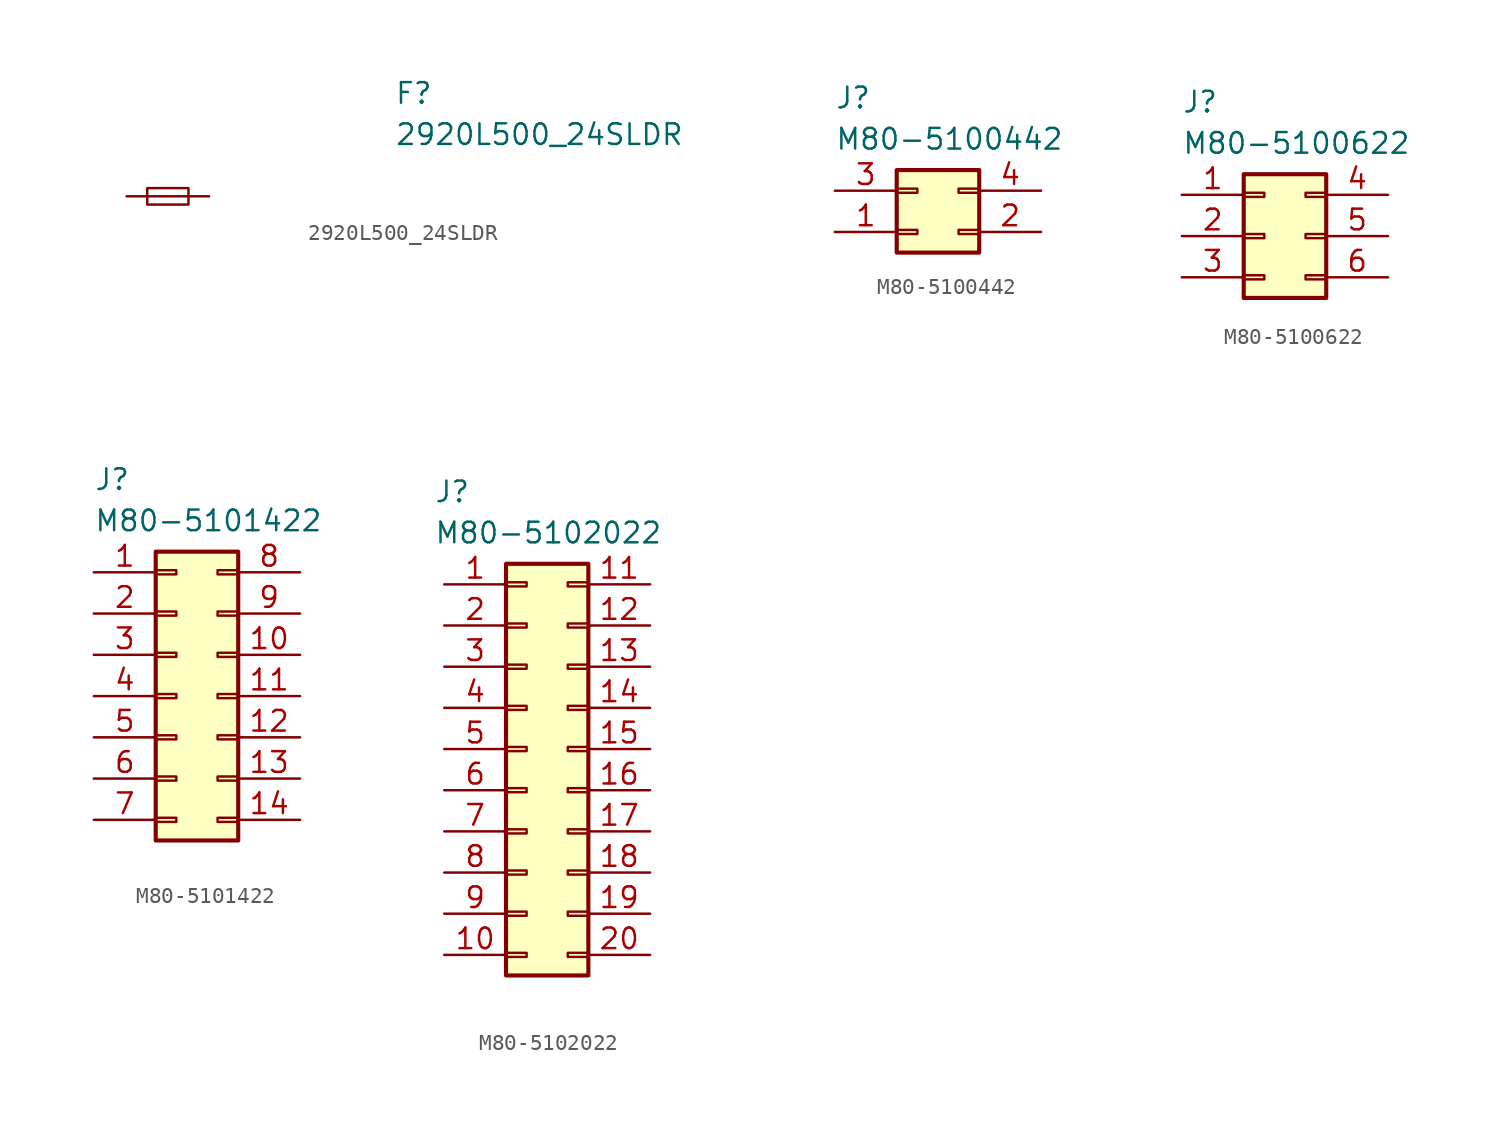
<source format=kicad_sym>
(kicad_symbol_lib
  (version 20220914)
  (generator kicad_symbol_editor)
  (symbol "2920L500_24SLDR"
    (pin_names
      (offset 0.762))
    (property "Reference" "F"
      (at 13.97 6.35 0)
      (effects (font (size 1.27 1.27)) (justify left)))
    (property "Value" "2920L500_24SLDR"
      (at 13.97 3.81 0)
      (effects (font (size 1.27 1.27)) (justify left)))
    (symbol "2920L500_24SLDR_0_1"
      (rectangle (start -1.27 0.508) (end 1.27 -0.508) (stroke (width 0) (type default)) (fill (type none)))
      (polyline (pts (xy -1.27 0) (xy 1.27 0)) (stroke (width 0) (type default)) (fill (type none))))
    (symbol "2920L500_24SLDR_1_1"
      (pin passive line (at -2.54 0 0) (length 1.27) (name "~" (effects (font (size 0 0)))) (number "1" (effects (font (size 0 0)))))
      (pin passive line (at 2.54 0 180) (length 1.27) (name "~" (effects (font (size 0 0)))) (number "2" (effects (font (size 0 0)))))))
  (symbol "M80-5100442"
    (pin_names
      (offset 0.762))
    (property "Reference" "J"
      (at -6.35 6.985 0)
      (effects (font (size 1.27 1.27)) (justify left)))
    (property "Value" "M80-5100442"
      (at -6.35 4.445 0)
      (effects (font (size 1.27 1.27)) (justify left)))
    (symbol "M80-5100442_1_1"
      (rectangle (start -1.27 -1.143) (end -2.54 -1.397) (stroke (width 0.152) (type default)) (fill (type none)))
      (rectangle (start -1.27 1.397) (end -2.54 1.143) (stroke (width 0.152) (type default)) (fill (type none)))
      (rectangle (start 1.27 -1.143) (end 2.54 -1.397) (stroke (width 0.152) (type default)) (fill (type none)))
      (rectangle (start 1.27 1.397) (end 2.54 1.143) (stroke (width 0.152) (type default)) (fill (type none)))
      (rectangle (start 2.54 2.54) (end -2.54 -2.54) (stroke (width 0.254) (type default)) (fill (type background)))
      (pin passive line (at -6.35 -1.27 0) (length 3.81) (name "" (effects (font (size 1.27 1.27)))) (number "1" (effects (font (size 1.27 1.27)))))
      (pin passive line (at 6.35 -1.27 180) (length 3.81) (name "" (effects (font (size 1.27 1.27)))) (number "2" (effects (font (size 1.27 1.27)))))
      (pin passive line (at -6.35 1.27 0) (length 3.81) (name "" (effects (font (size 1.27 1.27)))) (number "3" (effects (font (size 1.27 1.27)))))
      (pin passive line (at 6.35 1.27 180) (length 3.81) (name "" (effects (font (size 1.27 1.27)))) (number "4" (effects (font (size 1.27 1.27)))))))
  (symbol "M80-5100622"
    (pin_names
      (offset 0.762))
    (property "Reference" "J"
      (at -6.35 8.255 0)
      (effects (font (size 1.27 1.27)) (justify left)))
    (property "Value" "M80-5100622"
      (at -6.35 5.715 0)
      (effects (font (size 1.27 1.27)) (justify left)))
    (symbol "M80-5100622_1_1"
      (rectangle (start -2.54 -2.413) (end -1.27 -2.667) (stroke (width 0.152) (type default)) (fill (type none)))
      (rectangle (start -2.54 0.127) (end -1.27 -0.127) (stroke (width 0.152) (type default)) (fill (type none)))
      (rectangle (start -2.54 2.667) (end -1.27 2.413) (stroke (width 0.152) (type default)) (fill (type none)))
      (rectangle (start -2.54 3.81) (end 2.54 -3.81) (stroke (width 0.254) (type default)) (fill (type background)))
      (rectangle (start 2.54 -2.413) (end 1.27 -2.667) (stroke (width 0.152) (type default)) (fill (type none)))
      (rectangle (start 2.54 0.127) (end 1.27 -0.127) (stroke (width 0.152) (type default)) (fill (type none)))
      (rectangle (start 2.54 2.667) (end 1.27 2.413) (stroke (width 0.152) (type default)) (fill (type none)))
      (pin passive line (at -6.35 2.54 0) (length 3.81) (name "" (effects (font (size 1.27 1.27)))) (number "1" (effects (font (size 1.27 1.27)))))
      (pin passive line (at -6.35 0 0) (length 3.81) (name "" (effects (font (size 1.27 1.27)))) (number "2" (effects (font (size 1.27 1.27)))))
      (pin passive line (at -6.35 -2.54 0) (length 3.81) (name "" (effects (font (size 1.27 1.27)))) (number "3" (effects (font (size 1.27 1.27)))))
      (pin passive line (at 6.35 2.54 180) (length 3.81) (name "" (effects (font (size 1.27 1.27)))) (number "4" (effects (font (size 1.27 1.27)))))
      (pin passive line (at 6.35 0 180) (length 3.81) (name "" (effects (font (size 1.27 1.27)))) (number "5" (effects (font (size 1.27 1.27)))))
      (pin passive line (at 6.35 -2.54 180) (length 3.81) (name "" (effects (font (size 1.27 1.27)))) (number "6" (effects (font (size 1.27 1.27)))))))
  (symbol "M80-5101422"
    (pin_names
      (offset 0.762))
    (property "Reference" "J"
      (at -6.35 13.335 0)
      (effects (font (size 1.27 1.27)) (justify left)))
    (property "Value" "M80-5101422"
      (at -6.35 10.795 0)
      (effects (font (size 1.27 1.27)) (justify left)))
    (symbol "M80-5101422_1_1"
      (rectangle (start -2.54 -7.493) (end -1.27 -7.747) (stroke (width 0.152) (type default)) (fill (type none)))
      (rectangle (start -2.54 -4.953) (end -1.27 -5.207) (stroke (width 0.152) (type default)) (fill (type none)))
      (rectangle (start -2.54 -2.413) (end -1.27 -2.667) (stroke (width 0.152) (type default)) (fill (type none)))
      (rectangle (start -2.54 0.127) (end -1.27 -0.127) (stroke (width 0.152) (type default)) (fill (type none)))
      (rectangle (start -2.54 2.667) (end -1.27 2.413) (stroke (width 0.152) (type default)) (fill (type none)))
      (rectangle (start -2.54 5.207) (end -1.27 4.953) (stroke (width 0.152) (type default)) (fill (type none)))
      (rectangle (start -2.54 7.747) (end -1.27 7.493) (stroke (width 0.152) (type default)) (fill (type none)))
      (rectangle (start -2.54 8.89) (end 2.54 -8.89) (stroke (width 0.254) (type default)) (fill (type background)))
      (rectangle (start 2.54 -7.493) (end 1.27 -7.747) (stroke (width 0.152) (type default)) (fill (type none)))
      (rectangle (start 2.54 -4.953) (end 1.27 -5.207) (stroke (width 0.152) (type default)) (fill (type none)))
      (rectangle (start 2.54 -2.413) (end 1.27 -2.667) (stroke (width 0.152) (type default)) (fill (type none)))
      (rectangle (start 2.54 0.127) (end 1.27 -0.127) (stroke (width 0.152) (type default)) (fill (type none)))
      (rectangle (start 2.54 2.667) (end 1.27 2.413) (stroke (width 0.152) (type default)) (fill (type none)))
      (rectangle (start 2.54 5.207) (end 1.27 4.953) (stroke (width 0.152) (type default)) (fill (type none)))
      (rectangle (start 2.54 7.747) (end 1.27 7.493) (stroke (width 0.152) (type default)) (fill (type none)))
      (pin passive line (at -6.35 7.62 0) (length 3.81) (name "" (effects (font (size 1.27 1.27)))) (number "1" (effects (font (size 1.27 1.27)))))
      (pin passive line (at 6.35 2.54 180) (length 3.81) (name "" (effects (font (size 1.27 1.27)))) (number "10" (effects (font (size 1.27 1.27)))))
      (pin passive line (at 6.35 0 180) (length 3.81) (name "" (effects (font (size 1.27 1.27)))) (number "11" (effects (font (size 1.27 1.27)))))
      (pin passive line (at 6.35 -2.54 180) (length 3.81) (name "" (effects (font (size 1.27 1.27)))) (number "12" (effects (font (size 1.27 1.27)))))
      (pin passive line (at 6.35 -5.08 180) (length 3.81) (name "" (effects (font (size 1.27 1.27)))) (number "13" (effects (font (size 1.27 1.27)))))
      (pin passive line (at 6.35 -7.62 180) (length 3.81) (name "" (effects (font (size 1.27 1.27)))) (number "14" (effects (font (size 1.27 1.27)))))
      (pin passive line (at -6.35 5.08 0) (length 3.81) (name "" (effects (font (size 1.27 1.27)))) (number "2" (effects (font (size 1.27 1.27)))))
      (pin passive line (at -6.35 2.54 0) (length 3.81) (name "" (effects (font (size 1.27 1.27)))) (number "3" (effects (font (size 1.27 1.27)))))
      (pin passive line (at -6.35 0 0) (length 3.81) (name "" (effects (font (size 1.27 1.27)))) (number "4" (effects (font (size 1.27 1.27)))))
      (pin passive line (at -6.35 -2.54 0) (length 3.81) (name "" (effects (font (size 1.27 1.27)))) (number "5" (effects (font (size 1.27 1.27)))))
      (pin passive line (at -6.35 -5.08 0) (length 3.81) (name "" (effects (font (size 1.27 1.27)))) (number "6" (effects (font (size 1.27 1.27)))))
      (pin passive line (at -6.35 -7.62 0) (length 3.81) (name "" (effects (font (size 1.27 1.27)))) (number "7" (effects (font (size 1.27 1.27)))))
      (pin passive line (at 6.35 7.62 180) (length 3.81) (name "" (effects (font (size 1.27 1.27)))) (number "8" (effects (font (size 1.27 1.27)))))
      (pin passive line (at 6.35 5.08 180) (length 3.81) (name "" (effects (font (size 1.27 1.27)))) (number "9" (effects (font (size 1.27 1.27)))))))
  (symbol "M80-5102022"
    (pin_names
      (offset 0.762))
    (property "Reference" "J"
      (at -7.62 17.145 0)
      (effects (font (size 1.27 1.27)) (justify left)))
    (property "Value" "M80-5102022"
      (at -7.62 14.605 0)
      (effects (font (size 1.27 1.27)) (justify left)))
    (symbol "M80-5102022_1_1"
      (rectangle (start -3.175 -11.303) (end -1.905 -11.557) (stroke (width 0.152) (type default)) (fill (type none)))
      (rectangle (start -3.175 -8.763) (end -1.905 -9.017) (stroke (width 0.152) (type default)) (fill (type none)))
      (rectangle (start -3.175 -6.223) (end -1.905 -6.477) (stroke (width 0.152) (type default)) (fill (type none)))
      (rectangle (start -3.175 -3.683) (end -1.905 -3.937) (stroke (width 0.152) (type default)) (fill (type none)))
      (rectangle (start -3.175 -1.143) (end -1.905 -1.397) (stroke (width 0.152) (type default)) (fill (type none)))
      (rectangle (start -3.175 1.397) (end -1.905 1.143) (stroke (width 0.152) (type default)) (fill (type none)))
      (rectangle (start -3.175 3.937) (end -1.905 3.683) (stroke (width 0.152) (type default)) (fill (type none)))
      (rectangle (start -3.175 6.477) (end -1.905 6.223) (stroke (width 0.152) (type default)) (fill (type none)))
      (rectangle (start -3.175 9.017) (end -1.905 8.763) (stroke (width 0.152) (type default)) (fill (type none)))
      (rectangle (start -3.175 11.557) (end -1.905 11.303) (stroke (width 0.152) (type default)) (fill (type none)))
      (rectangle (start -3.175 12.7) (end 1.905 -12.7) (stroke (width 0.254) (type default)) (fill (type background)))
      (rectangle (start 1.905 -11.303) (end 0.635 -11.557) (stroke (width 0.152) (type default)) (fill (type none)))
      (rectangle (start 1.905 -8.763) (end 0.635 -9.017) (stroke (width 0.152) (type default)) (fill (type none)))
      (rectangle (start 1.905 -6.223) (end 0.635 -6.477) (stroke (width 0.152) (type default)) (fill (type none)))
      (rectangle (start 1.905 -3.683) (end 0.635 -3.937) (stroke (width 0.152) (type default)) (fill (type none)))
      (rectangle (start 1.905 -1.143) (end 0.635 -1.397) (stroke (width 0.152) (type default)) (fill (type none)))
      (rectangle (start 1.905 1.397) (end 0.635 1.143) (stroke (width 0.152) (type default)) (fill (type none)))
      (rectangle (start 1.905 3.937) (end 0.635 3.683) (stroke (width 0.152) (type default)) (fill (type none)))
      (rectangle (start 1.905 6.477) (end 0.635 6.223) (stroke (width 0.152) (type default)) (fill (type none)))
      (rectangle (start 1.905 9.017) (end 0.635 8.763) (stroke (width 0.152) (type default)) (fill (type none)))
      (rectangle (start 1.905 11.557) (end 0.635 11.303) (stroke (width 0.152) (type default)) (fill (type none)))
      (pin passive line (at -6.985 11.43 0) (length 3.81) (name "" (effects (font (size 1.27 1.27)))) (number "1" (effects (font (size 1.27 1.27)))))
      (pin passive line (at -6.985 -11.43 0) (length 3.81) (name "" (effects (font (size 1.27 1.27)))) (number "10" (effects (font (size 1.27 1.27)))))
      (pin passive line (at 5.715 11.43 180) (length 3.81) (name "" (effects (font (size 1.27 1.27)))) (number "11" (effects (font (size 1.27 1.27)))))
      (pin passive line (at 5.715 8.89 180) (length 3.81) (name "" (effects (font (size 1.27 1.27)))) (number "12" (effects (font (size 1.27 1.27)))))
      (pin passive line (at 5.715 6.35 180) (length 3.81) (name "" (effects (font (size 1.27 1.27)))) (number "13" (effects (font (size 1.27 1.27)))))
      (pin passive line (at 5.715 3.81 180) (length 3.81) (name "" (effects (font (size 1.27 1.27)))) (number "14" (effects (font (size 1.27 1.27)))))
      (pin passive line (at 5.715 1.27 180) (length 3.81) (name "" (effects (font (size 1.27 1.27)))) (number "15" (effects (font (size 1.27 1.27)))))
      (pin passive line (at 5.715 -1.27 180) (length 3.81) (name "" (effects (font (size 1.27 1.27)))) (number "16" (effects (font (size 1.27 1.27)))))
      (pin passive line (at 5.715 -3.81 180) (length 3.81) (name "" (effects (font (size 1.27 1.27)))) (number "17" (effects (font (size 1.27 1.27)))))
      (pin passive line (at 5.715 -6.35 180) (length 3.81) (name "" (effects (font (size 1.27 1.27)))) (number "18" (effects (font (size 1.27 1.27)))))
      (pin passive line (at 5.715 -8.89 180) (length 3.81) (name "" (effects (font (size 1.27 1.27)))) (number "19" (effects (font (size 1.27 1.27)))))
      (pin passive line (at -6.985 8.89 0) (length 3.81) (name "" (effects (font (size 1.27 1.27)))) (number "2" (effects (font (size 1.27 1.27)))))
      (pin passive line (at 5.715 -11.43 180) (length 3.81) (name "" (effects (font (size 1.27 1.27)))) (number "20" (effects (font (size 1.27 1.27)))))
      (pin passive line (at -6.985 6.35 0) (length 3.81) (name "" (effects (font (size 1.27 1.27)))) (number "3" (effects (font (size 1.27 1.27)))))
      (pin passive line (at -6.985 3.81 0) (length 3.81) (name "" (effects (font (size 1.27 1.27)))) (number "4" (effects (font (size 1.27 1.27)))))
      (pin passive line (at -6.985 1.27 0) (length 3.81) (name "" (effects (font (size 1.27 1.27)))) (number "5" (effects (font (size 1.27 1.27)))))
      (pin passive line (at -6.985 -1.27 0) (length 3.81) (name "" (effects (font (size 1.27 1.27)))) (number "6" (effects (font (size 1.27 1.27)))))
      (pin passive line (at -6.985 -3.81 0) (length 3.81) (name "" (effects (font (size 1.27 1.27)))) (number "7" (effects (font (size 1.27 1.27)))))
      (pin passive line (at -6.985 -6.35 0) (length 3.81) (name "" (effects (font (size 1.27 1.27)))) (number "8" (effects (font (size 1.27 1.27)))))
      (pin passive line (at -6.985 -8.89 0) (length 3.81) (name "" (effects (font (size 1.27 1.27)))) (number "9" (effects (font (size 1.27 1.27))))))))
</source>
